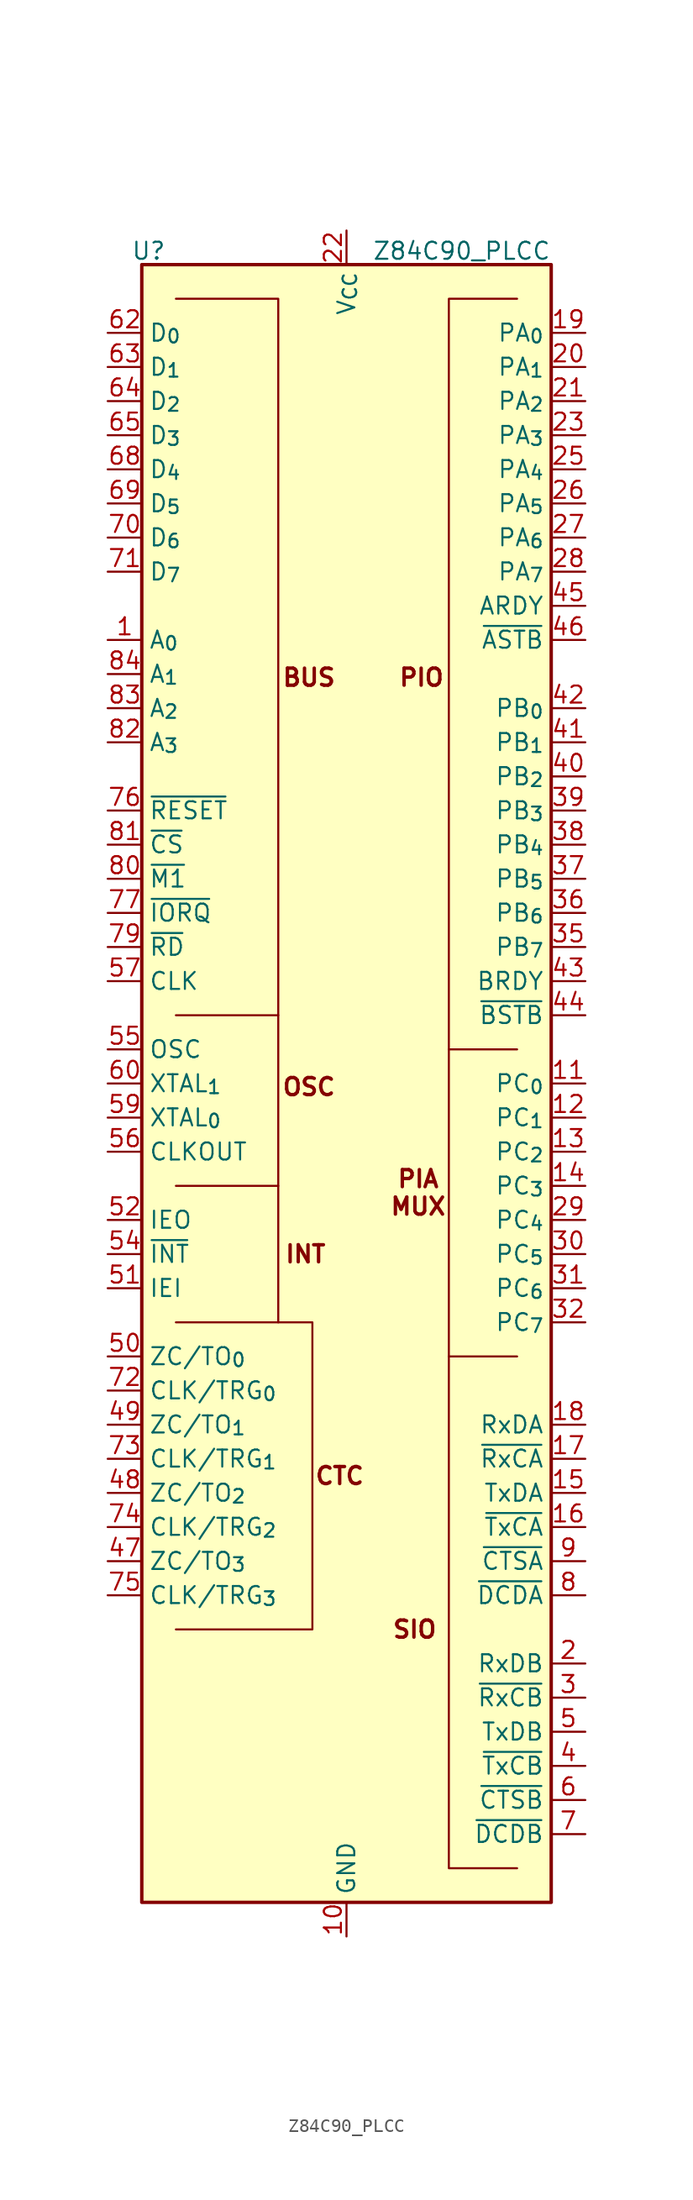
<source format=kicad_sym>
(kicad_symbol_lib
  (version 20241209)
  (generator "kicad_symbol_editor")
  (generator_version "9.0")
  (symbol "Z84C90_PLCC"
    (property "Reference" "U"
      (at -14.732 61.976 0)
      (effects (font (size 1.27 1.27))))
    (property "Value" "Z84C90_PLCC"
      (at 15.24 61.976 0)
      (effects (font (size 1.27 1.27)) (justify right)))
    (symbol "Z84C90_PLCC_0_1"
      (polyline (pts (xy -12.7 -7.62) (xy -5.08 -7.62) (xy -5.08 5.08) (xy -12.7 5.08)) (stroke (width 0) (type default)) (fill (type none)))
      (polyline (pts (xy -5.08 5.08) (xy -5.08 58.42) (xy -12.7 58.42)) (stroke (width 0) (type default)) (fill (type none)))
      (polyline (pts (xy -5.08 -7.62) (xy -5.08 -17.78) (xy -12.7 -17.78)) (stroke (width 0) (type default)) (fill (type none)))
      (polyline (pts (xy -5.08 -17.78) (xy -2.54 -17.78) (xy -2.54 -40.64) (xy -12.7 -40.64)) (stroke (width 0) (type default)) (fill (type none)))
      (polyline (pts (xy 7.62 2.54) (xy 7.62 -20.32) (xy 12.7 -20.32)) (stroke (width 0) (type default)) (fill (type none)))
      (polyline (pts (xy 7.62 -20.32) (xy 7.62 -58.42) (xy 12.7 -58.42)) (stroke (width 0) (type default)) (fill (type none)))
      (polyline (pts (xy 12.7 58.42) (xy 7.62 58.42) (xy 7.62 2.54) (xy 12.7 2.54)) (stroke (width 0) (type default)) (fill (type none))))
    (symbol "Z84C90_PLCC_1_1"
      (rectangle (start -15.24 60.96) (end 15.24 -60.96) (stroke (width 0.254) (type default)) (fill (type background)))
      (text "INT" (at -3.048 -12.7 0) (effects (font (size 1.27 1.27) (thickness 0.254) (bold yes))))
      (text "BUS" (at -2.794 30.226 0) (effects (font (size 1.27 1.27) (thickness 0.254) (bold yes))))
      (text "OSC" (at -2.794 -0.254 0) (effects (font (size 1.27 1.27) (thickness 0.254) (bold yes))))
      (text "CTC" (at -0.508 -29.21 0) (effects (font (size 1.27 1.27) (thickness 0.254) (bold yes))))
      (text "SIO" (at 5.08 -40.64 0) (effects (font (size 1.27 1.27) (thickness 0.254) (bold yes))))
      (text "PIA\nMUX" (at 5.334 -8.128 0) (effects (font (size 1.27 1.27) (thickness 0.254) (bold yes))))
      (text "PIO" (at 5.588 30.226 0) (effects (font (size 1.27 1.27) (thickness 0.254) (bold yes))))
      (pin bidirectional line (at -17.78 55.88 0) (length 2.54) (name "D_{0}" (effects (font (size 1.27 1.27)))) (number "62" (effects (font (size 1.27 1.27)))))
      (pin bidirectional line (at -17.78 53.34 0) (length 2.54) (name "D_{1}" (effects (font (size 1.27 1.27)))) (number "63" (effects (font (size 1.27 1.27)))))
      (pin bidirectional line (at -17.78 50.8 0) (length 2.54) (name "D_{2}" (effects (font (size 1.27 1.27)))) (number "64" (effects (font (size 1.27 1.27)))))
      (pin bidirectional line (at -17.78 48.26 0) (length 2.54) (name "D_{3}" (effects (font (size 1.27 1.27)))) (number "65" (effects (font (size 1.27 1.27)))))
      (pin bidirectional line (at -17.78 45.72 0) (length 2.54) (name "D_{4}" (effects (font (size 1.27 1.27)))) (number "68" (effects (font (size 1.27 1.27)))))
      (pin bidirectional line (at -17.78 43.18 0) (length 2.54) (name "D_{5}" (effects (font (size 1.27 1.27)))) (number "69" (effects (font (size 1.27 1.27)))))
      (pin bidirectional line (at -17.78 40.64 0) (length 2.54) (name "D_{6}" (effects (font (size 1.27 1.27)))) (number "70" (effects (font (size 1.27 1.27)))))
      (pin bidirectional line (at -17.78 38.1 0) (length 2.54) (name "D_{7}" (effects (font (size 1.27 1.27)))) (number "71" (effects (font (size 1.27 1.27)))))
      (pin bidirectional line (at -17.78 33.02 0) (length 2.54) (name "A_{0}" (effects (font (size 1.27 1.27)))) (number "1" (effects (font (size 1.27 1.27)))))
      (pin bidirectional line (at -17.78 30.48 0) (length 2.54) (name "A_{1}" (effects (font (size 1.27 1.27)))) (number "84" (effects (font (size 1.27 1.27)))))
      (pin bidirectional line (at -17.78 27.94 0) (length 2.54) (name "A_{2}" (effects (font (size 1.27 1.27)))) (number "83" (effects (font (size 1.27 1.27)))))
      (pin bidirectional line (at -17.78 25.4 0) (length 2.54) (name "A_{3}" (effects (font (size 1.27 1.27)))) (number "82" (effects (font (size 1.27 1.27)))))
      (pin input line (at -17.78 20.32 0) (length 2.54) (name "~{RESET}" (effects (font (size 1.27 1.27)))) (number "76" (effects (font (size 1.27 1.27)))))
      (pin input line (at -17.78 17.78 0) (length 2.54) (name "~{CS}" (effects (font (size 1.27 1.27)))) (number "81" (effects (font (size 1.27 1.27)))))
      (pin input line (at -17.78 15.24 0) (length 2.54) (name "~{M1}" (effects (font (size 1.27 1.27)))) (number "80" (effects (font (size 1.27 1.27)))))
      (pin input line (at -17.78 12.7 0) (length 2.54) (name "~{IORQ}" (effects (font (size 1.27 1.27)))) (number "77" (effects (font (size 1.27 1.27)))))
      (pin input line (at -17.78 10.16 0) (length 2.54) (name "~{RD}" (effects (font (size 1.27 1.27)))) (number "79" (effects (font (size 1.27 1.27)))))
      (pin input line (at -17.78 7.62 0) (length 2.54) (name "CLK" (effects (font (size 1.27 1.27)))) (number "57" (effects (font (size 1.27 1.27)))))
      (pin output line (at -17.78 2.54 0) (length 2.54) (name "OSC" (effects (font (size 1.27 1.27)))) (number "55" (effects (font (size 1.27 1.27)))))
      (pin input line (at -17.78 0 0) (length 2.54) (name "XTAL_{1}" (effects (font (size 1.27 1.27)))) (number "60" (effects (font (size 1.27 1.27)))))
      (pin output line (at -17.78 -2.54 0) (length 2.54) (name "XTAL_{0}" (effects (font (size 1.27 1.27)))) (number "59" (effects (font (size 1.27 1.27)))))
      (pin output line (at -17.78 -5.08 0) (length 2.54) (name "CLKOUT" (effects (font (size 1.27 1.27)))) (number "56" (effects (font (size 1.27 1.27)))))
      (pin output line (at -17.78 -10.16 0) (length 2.54) (name "IEO" (effects (font (size 1.27 1.27)))) (number "52" (effects (font (size 1.27 1.27)))))
      (pin output line (at -17.78 -12.7 0) (length 2.54) (name "~{INT}" (effects (font (size 1.27 1.27)))) (number "54" (effects (font (size 1.27 1.27)))))
      (pin input line (at -17.78 -15.24 0) (length 2.54) (name "IEI" (effects (font (size 1.27 1.27)))) (number "51" (effects (font (size 1.27 1.27)))))
      (pin output line (at -17.78 -20.32 0) (length 2.54) (name "ZC/TO_{0}" (effects (font (size 1.27 1.27)))) (number "50" (effects (font (size 1.27 1.27)))))
      (pin input line (at -17.78 -22.86 0) (length 2.54) (name "CLK/TRG_{0}" (effects (font (size 1.27 1.27)))) (number "72" (effects (font (size 1.27 1.27)))))
      (pin output line (at -17.78 -25.4 0) (length 2.54) (name "ZC/TO_{1}" (effects (font (size 1.27 1.27)))) (number "49" (effects (font (size 1.27 1.27)))))
      (pin input line (at -17.78 -27.94 0) (length 2.54) (name "CLK/TRG_{1}" (effects (font (size 1.27 1.27)))) (number "73" (effects (font (size 1.27 1.27)))))
      (pin output line (at -17.78 -30.48 0) (length 2.54) (name "ZC/TO_{2}" (effects (font (size 1.27 1.27)))) (number "48" (effects (font (size 1.27 1.27)))))
      (pin input line (at -17.78 -33.02 0) (length 2.54) (name "CLK/TRG_{2}" (effects (font (size 1.27 1.27)))) (number "74" (effects (font (size 1.27 1.27)))))
      (pin output line (at -17.78 -35.56 0) (length 2.54) (name "ZC/TO_{3}" (effects (font (size 1.27 1.27)))) (number "47" (effects (font (size 1.27 1.27)))))
      (pin input line (at -17.78 -38.1 0) (length 2.54) (name "CLK/TRG_{3}" (effects (font (size 1.27 1.27)))) (number "75" (effects (font (size 1.27 1.27)))))
      (pin power_in line (at 0 63.5 270) (length 2.54) (name "V_{CC}" (effects (font (size 1.27 1.27)))) (number "22" (effects (font (size 1.27 1.27)))))
      (pin passive line (at 0 63.5 270) (length 2.54) (hide yes) (name "V_{CC}" (effects (font (size 1.27 1.27)))) (number "53" (effects (font (size 1.27 1.27)))))
      (pin passive line (at 0 63.5 270) (length 2.54) (hide yes) (name "V_{CC}" (effects (font (size 1.27 1.27)))) (number "61" (effects (font (size 1.27 1.27)))))
      (pin passive line (at 0 63.5 270) (length 2.54) (hide yes) (name "V_{CC}" (effects (font (size 1.27 1.27)))) (number "66" (effects (font (size 1.27 1.27)))))
      (pin passive line (at 0 63.5 270) (length 2.54) (hide yes) (name "V_{CC}" (effects (font (size 1.27 1.27)))) (number "78" (effects (font (size 1.27 1.27)))))
      (pin power_in line (at 0 -63.5 90) (length 2.54) (name "GND" (effects (font (size 1.27 1.27)))) (number "10" (effects (font (size 1.27 1.27)))))
      (pin passive line (at 0 -63.5 90) (length 2.54) (hide yes) (name "GND" (effects (font (size 1.27 1.27)))) (number "24" (effects (font (size 1.27 1.27)))))
      (pin passive line (at 0 -63.5 90) (length 2.54) (hide yes) (name "GND" (effects (font (size 1.27 1.27)))) (number "33" (effects (font (size 1.27 1.27)))))
      (pin passive line (at 0 -63.5 90) (length 2.54) (hide yes) (name "GND" (effects (font (size 1.27 1.27)))) (number "34" (effects (font (size 1.27 1.27)))))
      (pin passive line (at 0 -63.5 90) (length 2.54) (hide yes) (name "GND" (effects (font (size 1.27 1.27)))) (number "58" (effects (font (size 1.27 1.27)))))
      (pin passive line (at 0 -63.5 90) (length 2.54) (hide yes) (name "GND" (effects (font (size 1.27 1.27)))) (number "67" (effects (font (size 1.27 1.27)))))
      (pin bidirectional line (at 17.78 55.88 180) (length 2.54) (name "PA_{0}" (effects (font (size 1.27 1.27)))) (number "19" (effects (font (size 1.27 1.27)))))
      (pin bidirectional line (at 17.78 53.34 180) (length 2.54) (name "PA_{1}" (effects (font (size 1.27 1.27)))) (number "20" (effects (font (size 1.27 1.27)))))
      (pin bidirectional line (at 17.78 50.8 180) (length 2.54) (name "PA_{2}" (effects (font (size 1.27 1.27)))) (number "21" (effects (font (size 1.27 1.27)))))
      (pin bidirectional line (at 17.78 48.26 180) (length 2.54) (name "PA_{3}" (effects (font (size 1.27 1.27)))) (number "23" (effects (font (size 1.27 1.27)))))
      (pin bidirectional line (at 17.78 45.72 180) (length 2.54) (name "PA_{4}" (effects (font (size 1.27 1.27)))) (number "25" (effects (font (size 1.27 1.27)))))
      (pin bidirectional line (at 17.78 43.18 180) (length 2.54) (name "PA_{5}" (effects (font (size 1.27 1.27)))) (number "26" (effects (font (size 1.27 1.27)))))
      (pin bidirectional line (at 17.78 40.64 180) (length 2.54) (name "PA_{6}" (effects (font (size 1.27 1.27)))) (number "27" (effects (font (size 1.27 1.27)))))
      (pin bidirectional line (at 17.78 38.1 180) (length 2.54) (name "PA_{7}" (effects (font (size 1.27 1.27)))) (number "28" (effects (font (size 1.27 1.27)))))
      (pin output line (at 17.78 35.56 180) (length 2.54) (name "ARDY" (effects (font (size 1.27 1.27)))) (number "45" (effects (font (size 1.27 1.27)))))
      (pin input line (at 17.78 33.02 180) (length 2.54) (name "~{ASTB}" (effects (font (size 1.27 1.27)))) (number "46" (effects (font (size 1.27 1.27)))))
      (pin bidirectional line (at 17.78 27.94 180) (length 2.54) (name "PB_{0}" (effects (font (size 1.27 1.27)))) (number "42" (effects (font (size 1.27 1.27)))))
      (pin bidirectional line (at 17.78 25.4 180) (length 2.54) (name "PB_{1}" (effects (font (size 1.27 1.27)))) (number "41" (effects (font (size 1.27 1.27)))))
      (pin bidirectional line (at 17.78 22.86 180) (length 2.54) (name "PB_{2}" (effects (font (size 1.27 1.27)))) (number "40" (effects (font (size 1.27 1.27)))))
      (pin bidirectional line (at 17.78 20.32 180) (length 2.54) (name "PB_{3}" (effects (font (size 1.27 1.27)))) (number "39" (effects (font (size 1.27 1.27)))))
      (pin bidirectional line (at 17.78 17.78 180) (length 2.54) (name "PB_{4}" (effects (font (size 1.27 1.27)))) (number "38" (effects (font (size 1.27 1.27)))))
      (pin bidirectional line (at 17.78 15.24 180) (length 2.54) (name "PB_{5}" (effects (font (size 1.27 1.27)))) (number "37" (effects (font (size 1.27 1.27)))))
      (pin bidirectional line (at 17.78 12.7 180) (length 2.54) (name "PB_{6}" (effects (font (size 1.27 1.27)))) (number "36" (effects (font (size 1.27 1.27)))))
      (pin bidirectional line (at 17.78 10.16 180) (length 2.54) (name "PB_{7}" (effects (font (size 1.27 1.27)))) (number "35" (effects (font (size 1.27 1.27)))))
      (pin output line (at 17.78 7.62 180) (length 2.54) (name "BRDY" (effects (font (size 1.27 1.27)))) (number "43" (effects (font (size 1.27 1.27)))))
      (pin input line (at 17.78 5.08 180) (length 2.54) (name "~{BSTB}" (effects (font (size 1.27 1.27)))) (number "44" (effects (font (size 1.27 1.27)))))
      (pin bidirectional line (at 17.78 0 180) (length 2.54) (name "PC_{0}" (effects (font (size 1.27 1.27)))) (number "11" (effects (font (size 1.27 1.27)))))
      (pin bidirectional line (at 17.78 -2.54 180) (length 2.54) (name "PC_{1}" (effects (font (size 1.27 1.27)))) (number "12" (effects (font (size 1.27 1.27)))))
      (pin bidirectional line (at 17.78 -5.08 180) (length 2.54) (name "PC_{2}" (effects (font (size 1.27 1.27)))) (number "13" (effects (font (size 1.27 1.27)))))
      (pin bidirectional line (at 17.78 -7.62 180) (length 2.54) (name "PC_{3}" (effects (font (size 1.27 1.27)))) (number "14" (effects (font (size 1.27 1.27)))))
      (pin bidirectional line (at 17.78 -10.16 180) (length 2.54) (name "PC_{4}" (effects (font (size 1.27 1.27)))) (number "29" (effects (font (size 1.27 1.27)))))
      (pin bidirectional line (at 17.78 -12.7 180) (length 2.54) (name "PC_{5}" (effects (font (size 1.27 1.27)))) (number "30" (effects (font (size 1.27 1.27)))))
      (pin bidirectional line (at 17.78 -15.24 180) (length 2.54) (name "PC_{6}" (effects (font (size 1.27 1.27)))) (number "31" (effects (font (size 1.27 1.27)))))
      (pin bidirectional line (at 17.78 -17.78 180) (length 2.54) (name "PC_{7}" (effects (font (size 1.27 1.27)))) (number "32" (effects (font (size 1.27 1.27)))))
      (pin input line (at 17.78 -25.4 180) (length 2.54) (name "RxDA" (effects (font (size 1.27 1.27)))) (number "18" (effects (font (size 1.27 1.27)))))
      (pin input line (at 17.78 -27.94 180) (length 2.54) (name "~{RxCA}" (effects (font (size 1.27 1.27)))) (number "17" (effects (font (size 1.27 1.27)))))
      (pin output line (at 17.78 -30.48 180) (length 2.54) (name "TxDA" (effects (font (size 1.27 1.27)))) (number "15" (effects (font (size 1.27 1.27)))))
      (pin input line (at 17.78 -33.02 180) (length 2.54) (name "~{TxCA}" (effects (font (size 1.27 1.27)))) (number "16" (effects (font (size 1.27 1.27)))))
      (pin input line (at 17.78 -35.56 180) (length 2.54) (name "~{CTSA}" (effects (font (size 1.27 1.27)))) (number "9" (effects (font (size 1.27 1.27)))))
      (pin input line (at 17.78 -38.1 180) (length 2.54) (name "~{DCDA}" (effects (font (size 1.27 1.27)))) (number "8" (effects (font (size 1.27 1.27)))))
      (pin input line (at 17.78 -43.18 180) (length 2.54) (name "RxDB" (effects (font (size 1.27 1.27)))) (number "2" (effects (font (size 1.27 1.27)))))
      (pin input line (at 17.78 -45.72 180) (length 2.54) (name "~{RxCB}" (effects (font (size 1.27 1.27)))) (number "3" (effects (font (size 1.27 1.27)))))
      (pin output line (at 17.78 -48.26 180) (length 2.54) (name "TxDB" (effects (font (size 1.27 1.27)))) (number "5" (effects (font (size 1.27 1.27)))))
      (pin input line (at 17.78 -50.8 180) (length 2.54) (name "~{TxCB}" (effects (font (size 1.27 1.27)))) (number "4" (effects (font (size 1.27 1.27)))))
      (pin input line (at 17.78 -53.34 180) (length 2.54) (name "~{CTSB}" (effects (font (size 1.27 1.27)))) (number "6" (effects (font (size 1.27 1.27)))))
      (pin input line (at 17.78 -55.88 180) (length 2.54) (name "~{DCDB}" (effects (font (size 1.27 1.27)))) (number "7" (effects (font (size 1.27 1.27))))))))
</source>
